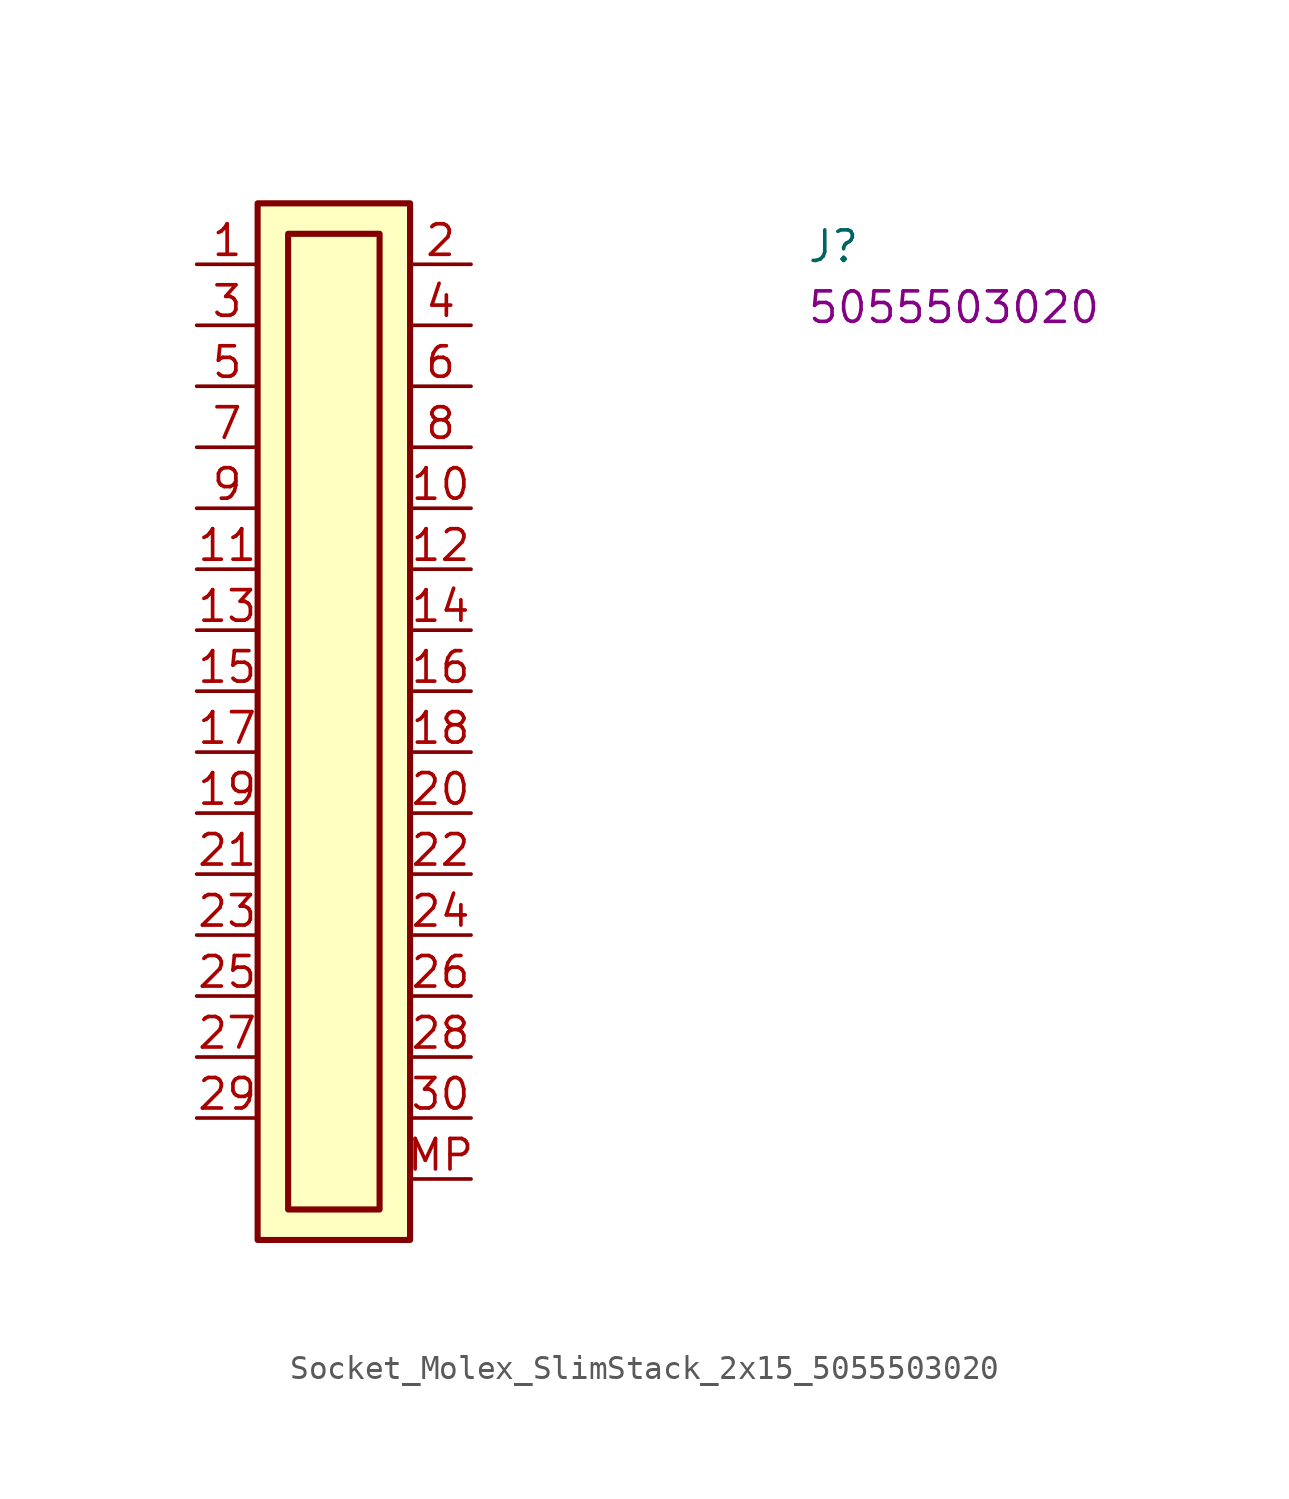
<source format=kicad_sym>
(kicad_symbol_lib
  (version 20220914)
  (generator kicad_symbol_editor)
  (symbol "Socket_Molex_SlimStack_2x15_5055503020"
    (property "Reference" "J"
      (at 25.4 0 0)
      (effects (font (size 1.27 1.27) (thickness 0.15)) (justify left bottom)))
    (property "MPN" "5055503020"
      (at 25.4 -2.54 0)
      (effects (font (size 1.27 1.27) (thickness 0.15)) (justify left bottom)))
    (symbol "Socket_Molex_SlimStack_2x15_5055503020_1_1"
      (rectangle (start 2.54 2.54) (end 8.89 -40.64) (stroke (width 0.254) (type default)) (fill (type background)))
      (rectangle (start 3.81 1.27) (end 7.62 -39.37) (stroke (width 0.254) (type default)) (fill (type background)))
      (pin passive line (at 0 0 0) (length 2.54) (name "~" (effects (font (size 1.27 1.27)))) (number "1" (effects (font (size 1.27 1.27)))))
      (pin passive line (at 11.43 -10.16 180) (length 2.54) (name "~" (effects (font (size 1.27 1.27)))) (number "10" (effects (font (size 1.27 1.27)))))
      (pin passive line (at 0 -12.7 0) (length 2.54) (name "~" (effects (font (size 1.27 1.27)))) (number "11" (effects (font (size 1.27 1.27)))))
      (pin passive line (at 11.43 -12.7 180) (length 2.54) (name "~" (effects (font (size 1.27 1.27)))) (number "12" (effects (font (size 1.27 1.27)))))
      (pin passive line (at 0 -15.24 0) (length 2.54) (name "~" (effects (font (size 1.27 1.27)))) (number "13" (effects (font (size 1.27 1.27)))))
      (pin passive line (at 11.43 -15.24 180) (length 2.54) (name "~" (effects (font (size 1.27 1.27)))) (number "14" (effects (font (size 1.27 1.27)))))
      (pin passive line (at 0 -17.78 0) (length 2.54) (name "~" (effects (font (size 1.27 1.27)))) (number "15" (effects (font (size 1.27 1.27)))))
      (pin passive line (at 11.43 -17.78 180) (length 2.54) (name "~" (effects (font (size 1.27 1.27)))) (number "16" (effects (font (size 1.27 1.27)))))
      (pin passive line (at 0 -20.32 0) (length 2.54) (name "~" (effects (font (size 1.27 1.27)))) (number "17" (effects (font (size 1.27 1.27)))))
      (pin passive line (at 11.43 -20.32 180) (length 2.54) (name "~" (effects (font (size 1.27 1.27)))) (number "18" (effects (font (size 1.27 1.27)))))
      (pin passive line (at 0 -22.86 0) (length 2.54) (name "~" (effects (font (size 1.27 1.27)))) (number "19" (effects (font (size 1.27 1.27)))))
      (pin passive line (at 11.43 0 180) (length 2.54) (name "~" (effects (font (size 1.27 1.27)))) (number "2" (effects (font (size 1.27 1.27)))))
      (pin passive line (at 11.43 -22.86 180) (length 2.54) (name "~" (effects (font (size 1.27 1.27)))) (number "20" (effects (font (size 1.27 1.27)))))
      (pin passive line (at 0 -25.4 0) (length 2.54) (name "~" (effects (font (size 1.27 1.27)))) (number "21" (effects (font (size 1.27 1.27)))))
      (pin passive line (at 11.43 -25.4 180) (length 2.54) (name "~" (effects (font (size 1.27 1.27)))) (number "22" (effects (font (size 1.27 1.27)))))
      (pin passive line (at 0 -27.94 0) (length 2.54) (name "~" (effects (font (size 1.27 1.27)))) (number "23" (effects (font (size 1.27 1.27)))))
      (pin passive line (at 11.43 -27.94 180) (length 2.54) (name "~" (effects (font (size 1.27 1.27)))) (number "24" (effects (font (size 1.27 1.27)))))
      (pin passive line (at 0 -30.48 0) (length 2.54) (name "~" (effects (font (size 1.27 1.27)))) (number "25" (effects (font (size 1.27 1.27)))))
      (pin passive line (at 11.43 -30.48 180) (length 2.54) (name "~" (effects (font (size 1.27 1.27)))) (number "26" (effects (font (size 1.27 1.27)))))
      (pin passive line (at 0 -33.02 0) (length 2.54) (name "~" (effects (font (size 1.27 1.27)))) (number "27" (effects (font (size 1.27 1.27)))))
      (pin passive line (at 11.43 -33.02 180) (length 2.54) (name "~" (effects (font (size 1.27 1.27)))) (number "28" (effects (font (size 1.27 1.27)))))
      (pin passive line (at 0 -35.56 0) (length 2.54) (name "~" (effects (font (size 1.27 1.27)))) (number "29" (effects (font (size 1.27 1.27)))))
      (pin passive line (at 0 -2.54 0) (length 2.54) (name "~" (effects (font (size 1.27 1.27)))) (number "3" (effects (font (size 1.27 1.27)))))
      (pin passive line (at 11.43 -35.56 180) (length 2.54) (name "~" (effects (font (size 1.27 1.27)))) (number "30" (effects (font (size 1.27 1.27)))))
      (pin passive line (at 11.43 -2.54 180) (length 2.54) (name "~" (effects (font (size 1.27 1.27)))) (number "4" (effects (font (size 1.27 1.27)))))
      (pin passive line (at 0 -5.08 0) (length 2.54) (name "~" (effects (font (size 1.27 1.27)))) (number "5" (effects (font (size 1.27 1.27)))))
      (pin passive line (at 11.43 -5.08 180) (length 2.54) (name "~" (effects (font (size 1.27 1.27)))) (number "6" (effects (font (size 1.27 1.27)))))
      (pin passive line (at 0 -7.62 0) (length 2.54) (name "~" (effects (font (size 1.27 1.27)))) (number "7" (effects (font (size 1.27 1.27)))))
      (pin passive line (at 11.43 -7.62 180) (length 2.54) (name "~" (effects (font (size 1.27 1.27)))) (number "8" (effects (font (size 1.27 1.27)))))
      (pin passive line (at 0 -10.16 0) (length 2.54) (name "~" (effects (font (size 1.27 1.27)))) (number "9" (effects (font (size 1.27 1.27)))))
      (pin passive line (at 11.43 -38.1 180) (length 2.54) (name "~" (effects (font (size 1.27 1.27)))) (number "MP" (effects (font (size 1.27 1.27))))))))
</source>
